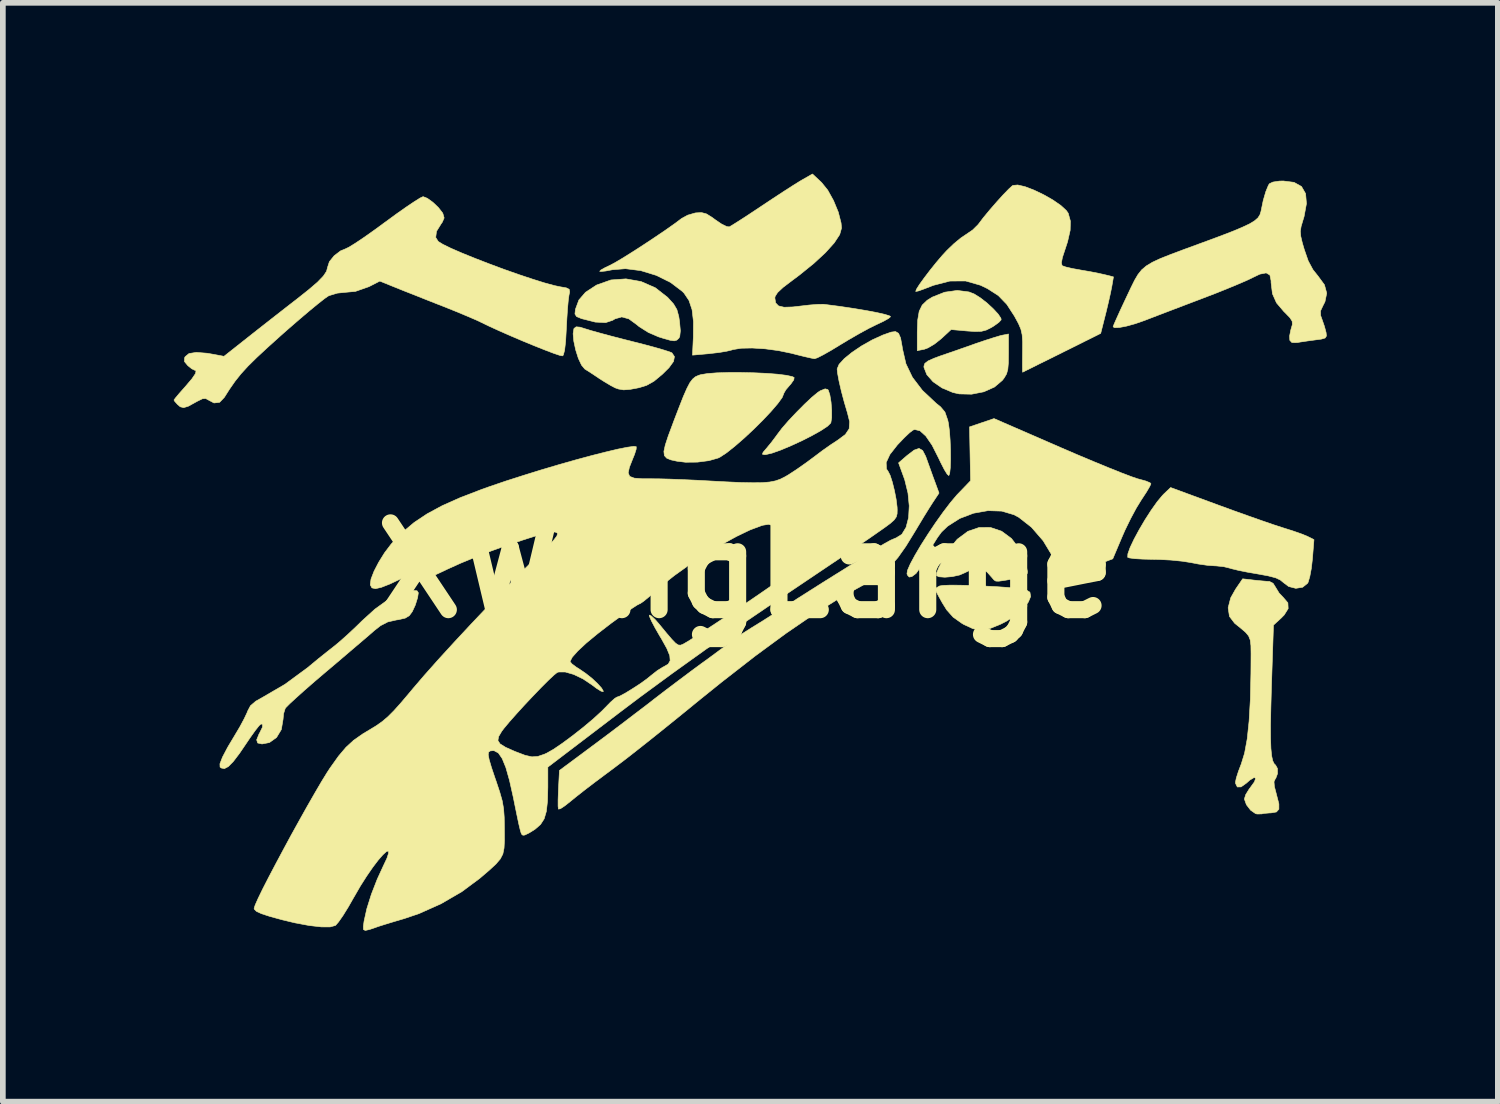
<source format=kicad_pcb>
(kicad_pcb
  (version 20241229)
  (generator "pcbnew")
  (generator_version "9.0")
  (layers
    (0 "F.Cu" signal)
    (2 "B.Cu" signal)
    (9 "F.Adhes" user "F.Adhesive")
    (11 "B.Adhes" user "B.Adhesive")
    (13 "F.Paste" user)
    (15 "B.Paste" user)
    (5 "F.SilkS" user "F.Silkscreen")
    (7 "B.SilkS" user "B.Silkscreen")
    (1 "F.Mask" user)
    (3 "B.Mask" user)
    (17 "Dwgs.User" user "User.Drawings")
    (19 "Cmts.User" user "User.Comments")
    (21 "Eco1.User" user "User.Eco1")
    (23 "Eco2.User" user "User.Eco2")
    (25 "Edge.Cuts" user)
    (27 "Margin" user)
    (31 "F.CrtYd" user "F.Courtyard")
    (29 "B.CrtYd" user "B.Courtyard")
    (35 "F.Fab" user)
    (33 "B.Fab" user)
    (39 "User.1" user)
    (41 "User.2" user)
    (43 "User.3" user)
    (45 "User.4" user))
  (footprint "XWingLarge"
    (layer "F.Cu")
    (at 10.048 6.966)
    (property "Reference" "XWingLarge" (at 0 0 0) (layer "F.SilkS") (effects (font (size 1.524 1.524) (thickness 0.3))))
    (attr through_hole)
    (fp_poly (pts (xy 3.919 -4.889) (xy 4.01 -4.853) (xy 4.117 -4.786) (xy 4.234 -4.695) (xy 4.343 -4.594) (xy 4.43 -4.5) (xy 4.478 -4.427) (xy 4.482 -4.4) (xy 4.442 -4.356) (xy 4.358 -4.295) (xy 4.315 -4.268) (xy 4.222 -4.221) (xy 4.135 -4.198) (xy 4.023 -4.195) (xy 3.882 -4.204) (xy 3.603 -4.229) (xy 3.429 -4.068) (xy 3.313 -3.976) (xy 3.197 -3.907) (xy 3.132 -3.883) (xy 3.009 -3.859) (xy 3.009 -4.186) (xy 3.017 -4.398) (xy 3.043 -4.55) (xy 3.096 -4.659) (xy 3.183 -4.743) (xy 3.274 -4.799) (xy 3.49 -4.885) (xy 3.712 -4.916) (xy 3.919 -4.889)) (stroke (width 0.01) (type solid)) (fill yes) (layer "F.SilkS"))
    (fp_poly (pts (xy 4.611 -3.812) (xy 4.609 -3.644) (xy 4.599 -3.53) (xy 4.577 -3.45) (xy 4.536 -3.381) (xy 4.504 -3.338) (xy 4.365 -3.22) (xy 4.177 -3.136) (xy 3.963 -3.094) (xy 3.746 -3.099) (xy 3.634 -3.124) (xy 3.444 -3.204) (xy 3.287 -3.312) (xy 3.177 -3.437) (xy 3.127 -3.564) (xy 3.126 -3.587) (xy 3.142 -3.634) (xy 3.199 -3.678) (xy 3.309 -3.727) (xy 3.409 -3.764) (xy 3.584 -3.824) (xy 3.793 -3.897) (xy 3.998 -3.969) (xy 4.044 -3.986) (xy 4.211 -4.042) (xy 4.361 -4.09) (xy 4.472 -4.123) (xy 4.504 -4.13) (xy 4.611 -4.151) (xy 4.611 -3.812)) (stroke (width 0.01) (type solid)) (fill yes) (layer "F.SilkS"))
    (fp_poly (pts (xy 3.753 0.26) (xy 3.954 0.265) (xy 4.17 0.274) (xy 4.387 0.285) (xy 4.588 0.299) (xy 4.758 0.315) (xy 4.881 0.331) (xy 4.914 0.338) (xy 4.987 0.383) (xy 5 0.459) (xy 4.959 0.557) (xy 4.871 0.667) (xy 4.744 0.78) (xy 4.584 0.887) (xy 4.474 0.944) (xy 4.285 1.021) (xy 4.131 1.048) (xy 3.987 1.024) (xy 3.827 0.95) (xy 3.79 0.928) (xy 3.639 0.821) (xy 3.526 0.694) (xy 3.45 0.572) (xy 3.385 0.455) (xy 3.339 0.368) (xy 3.322 0.329) (xy 3.351 0.302) (xy 3.4 0.274) (xy 3.46 0.264) (xy 3.583 0.259) (xy 3.753 0.26)) (stroke (width 0.01) (type solid)) (fill yes) (layer "F.SilkS"))
    (fp_poly (pts (xy 1.437 -3.176) (xy 1.447 -3.164) (xy 1.474 -3.082) (xy 1.495 -2.955) (xy 1.506 -2.812) (xy 1.506 -2.682) (xy 1.492 -2.594) (xy 1.488 -2.586) (xy 1.431 -2.53) (xy 1.317 -2.455) (xy 1.162 -2.368) (xy 0.983 -2.277) (xy 0.796 -2.191) (xy 0.618 -2.116) (xy 0.464 -2.061) (xy 0.352 -2.034) (xy 0.328 -2.032) (xy 0.29 -2.04) (xy 0.302 -2.074) (xy 0.358 -2.139) (xy 0.447 -2.247) (xy 0.538 -2.368) (xy 0.549 -2.384) (xy 0.633 -2.495) (xy 0.752 -2.632) (xy 0.89 -2.778) (xy 1.031 -2.92) (xy 1.16 -3.041) (xy 1.263 -3.126) (xy 1.304 -3.153) (xy 1.391 -3.188) (xy 1.437 -3.176)) (stroke (width 0.01) (type solid)) (fill yes) (layer "F.SilkS"))
    (fp_poly (pts (xy -1.841 -5.072) (xy -1.591 -4.963) (xy -1.373 -4.793) (xy -1.37 -4.789) (xy -1.27 -4.678) (xy -1.212 -4.58) (xy -1.179 -4.459) (xy -1.166 -4.373) (xy -1.151 -4.207) (xy -1.162 -4.106) (xy -1.177 -4.078) (xy -1.213 -4.044) (xy -1.258 -4.031) (xy -1.331 -4.041) (xy -1.451 -4.075) (xy -1.534 -4.101) (xy -1.711 -4.177) (xy -1.873 -4.279) (xy -1.915 -4.314) (xy -2.056 -4.417) (xy -2.18 -4.451) (xy -2.299 -4.417) (xy -2.339 -4.392) (xy -2.463 -4.351) (xy -2.645 -4.36) (xy -2.882 -4.42) (xy -2.886 -4.421) (xy -2.973 -4.457) (xy -3.002 -4.503) (xy -2.993 -4.586) (xy -2.933 -4.748) (xy -2.816 -4.884) (xy -2.631 -5.005) (xy -2.619 -5.012) (xy -2.37 -5.1) (xy -2.106 -5.119) (xy -1.841 -5.072)) (stroke (width 0.01) (type solid)) (fill yes) (layer "F.SilkS"))
    (fp_poly (pts (xy -2.912 -4.271) (xy -2.817 -4.241) (xy -2.723 -4.212) (xy -2.569 -4.169) (xy -2.374 -4.116) (xy -2.153 -4.059) (xy -1.999 -4.02) (xy -1.782 -3.965) (xy -1.589 -3.913) (xy -1.435 -3.868) (xy -1.334 -3.835) (xy -1.299 -3.82) (xy -1.255 -3.754) (xy -1.271 -3.669) (xy -1.351 -3.559) (xy -1.465 -3.446) (xy -1.613 -3.323) (xy -1.744 -3.249) (xy -1.877 -3.208) (xy -2.036 -3.178) (xy -2.148 -3.17) (xy -2.238 -3.185) (xy -2.294 -3.205) (xy -2.373 -3.246) (xy -2.487 -3.314) (xy -2.572 -3.368) (xy -2.688 -3.446) (xy -2.786 -3.509) (xy -2.829 -3.536) (xy -2.886 -3.604) (xy -2.942 -3.723) (xy -2.989 -3.871) (xy -3.022 -4.024) (xy -3.034 -4.156) (xy -3.02 -4.245) (xy -3.016 -4.25) (xy -2.98 -4.277) (xy -2.912 -4.271)) (stroke (width 0.01) (type solid)) (fill yes) (layer "F.SilkS"))
    (fp_poly (pts (xy 4.297 -0.753) (xy 4.49 -0.688) (xy 4.663 -0.56) (xy 4.807 -0.373) (xy 4.883 -0.211) (xy 4.922 -0.087) (xy 4.941 0.013) (xy 4.94 0.054) (xy 4.89 0.092) (xy 4.78 0.13) (xy 4.673 0.153) (xy 4.527 0.178) (xy 4.439 0.19) (xy 4.389 0.188) (xy 4.359 0.17) (xy 4.33 0.137) (xy 4.329 0.135) (xy 4.24 0.035) (xy 4.175 -0.018) (xy 4.112 -0.037) (xy 4.071 -0.039) (xy 3.966 -0.017) (xy 3.854 0.036) (xy 3.849 0.039) (xy 3.752 0.081) (xy 3.624 0.109) (xy 3.494 0.12) (xy 3.39 0.112) (xy 3.348 0.092) (xy 3.35 0.044) (xy 3.388 -0.05) (xy 3.451 -0.172) (xy 3.531 -0.305) (xy 3.616 -0.43) (xy 3.697 -0.53) (xy 3.713 -0.548) (xy 3.898 -0.686) (xy 4.097 -0.754) (xy 4.297 -0.753)) (stroke (width 0.01) (type solid)) (fill yes) (layer "F.SilkS"))
    (fp_poly (pts (xy 0.141 -3.47) (xy 0.361 -3.46) (xy 0.557 -3.445) (xy 0.714 -3.425) (xy 0.817 -3.402) (xy 0.847 -3.387) (xy 0.84 -3.345) (xy 0.789 -3.273) (xy 0.769 -3.251) (xy 0.701 -3.171) (xy 0.666 -3.11) (xy 0.664 -3.102) (xy 0.636 -3.034) (xy 0.558 -2.927) (xy 0.442 -2.792) (xy 0.298 -2.639) (xy 0.138 -2.48) (xy -0.028 -2.325) (xy -0.189 -2.185) (xy -0.333 -2.07) (xy -0.45 -1.992) (xy -0.488 -1.973) (xy -0.65 -1.927) (xy -0.852 -1.901) (xy -1.06 -1.899) (xy -1.209 -1.917) (xy -1.318 -1.941) (xy -1.391 -1.971) (xy -1.432 -2.016) (xy -1.44 -2.089) (xy -1.416 -2.2) (xy -1.363 -2.362) (xy -1.28 -2.584) (xy -1.275 -2.599) (xy -1.175 -2.859) (xy -1.098 -3.055) (xy -1.035 -3.198) (xy -0.983 -3.297) (xy -0.934 -3.361) (xy -0.885 -3.401) (xy -0.828 -3.426) (xy -0.791 -3.437) (xy -0.677 -3.456) (xy -0.512 -3.469) (xy -0.31 -3.475) (xy -0.088 -3.475) (xy 0.141 -3.47)) (stroke (width 0.01) (type solid)) (fill yes) (layer "F.SilkS"))
    (fp_poly (pts (xy 8.311 -1.141) (xy 8.574 -1.045) (xy 8.832 -0.953) (xy 9.068 -0.87) (xy 9.268 -0.801) (xy 9.416 -0.753) (xy 9.457 -0.74) (xy 9.614 -0.69) (xy 9.757 -0.64) (xy 9.856 -0.6) (xy 9.862 -0.597) (xy 9.975 -0.54) (xy 9.948 -0.202) (xy 9.929 -0.036) (xy 9.902 0.108) (xy 9.873 0.207) (xy 9.864 0.225) (xy 9.776 0.296) (xy 9.656 0.315) (xy 9.531 0.283) (xy 9.443 0.217) (xy 9.383 0.168) (xy 9.298 0.129) (xy 9.171 0.096) (xy 8.984 0.062) (xy 8.98 0.061) (xy 8.805 0.031) (xy 8.649 -0.000389) (xy 8.535 -0.028) (xy 8.501 -0.038) (xy 8.392 -0.065) (xy 8.259 -0.079) (xy 8.233 -0.08) (xy 8.105 -0.089) (xy 7.942 -0.112) (xy 7.815 -0.137) (xy 7.663 -0.161) (xy 7.465 -0.181) (xy 7.252 -0.192) (xy 7.144 -0.194) (xy 6.971 -0.198) (xy 6.828 -0.206) (xy 6.734 -0.219) (xy 6.704 -0.23) (xy 6.707 -0.29) (xy 6.746 -0.4) (xy 6.815 -0.546) (xy 6.905 -0.713) (xy 7.008 -0.888) (xy 7.116 -1.056) (xy 7.221 -1.204) (xy 7.315 -1.317) (xy 7.34 -1.343) (xy 7.458 -1.455) (xy 8.311 -1.141)) (stroke (width 0.01) (type solid)) (fill yes) (layer "F.SilkS"))
    (fp_poly (pts (xy 5.534 -2.154) (xy 5.827 -2.028) (xy 6.106 -1.911) (xy 6.361 -1.806) (xy 6.58 -1.718) (xy 6.755 -1.651) (xy 6.874 -1.61) (xy 6.912 -1.6) (xy 7.024 -1.569) (xy 7.097 -1.538) (xy 7.112 -1.521) (xy 7.091 -1.474) (xy 7.037 -1.381) (xy 6.959 -1.262) (xy 6.945 -1.241) (xy 6.856 -1.096) (xy 6.755 -0.908) (xy 6.657 -0.707) (xy 6.61 -0.6) (xy 6.442 -0.203) (xy 6.025 -0.047) (xy 5.857 0.014) (xy 5.715 0.06) (xy 5.616 0.087) (xy 5.577 0.091) (xy 5.547 0.05) (xy 5.492 -0.045) (xy 5.423 -0.175) (xy 5.394 -0.232) (xy 5.22 -0.52) (xy 5.015 -0.757) (xy 4.792 -0.932) (xy 4.708 -0.977) (xy 4.493 -1.041) (xy 4.25 -1.049) (xy 3.997 -1.004) (xy 3.755 -0.912) (xy 3.543 -0.777) (xy 3.435 -0.674) (xy 3.363 -0.576) (xy 3.275 -0.435) (xy 3.186 -0.276) (xy 3.167 -0.237) (xy 3.069 -0.059) (xy 2.988 0.053) (xy 2.915 0.108) (xy 2.868 0.117) (xy 2.84 0.087) (xy 2.828 0.06) (xy 2.838 -0.002) (xy 2.887 -0.114) (xy 2.969 -0.266) (xy 3.074 -0.444) (xy 3.197 -0.637) (xy 3.329 -0.834) (xy 3.463 -1.022) (xy 3.591 -1.19) (xy 3.706 -1.326) (xy 3.737 -1.358) (xy 3.945 -1.574) (xy 3.936 -2.047) (xy 3.927 -2.52) (xy 4.142 -2.593) (xy 4.357 -2.666) (xy 5.534 -2.154)) (stroke (width 0.01) (type solid)) (fill yes) (layer "F.SilkS"))
    (fp_poly (pts (xy -5.775 0.358) (xy -5.752 0.393) (xy -5.765 0.479) (xy -5.805 0.608) (xy -5.858 0.723) (xy -5.911 0.795) (xy -5.982 0.838) (xy -6.099 0.865) (xy -6.136 0.87) (xy -6.289 0.905) (xy -6.415 0.97) (xy -6.525 1.056) (xy -6.607 1.128) (xy -6.738 1.24) (xy -6.905 1.382) (xy -7.097 1.546) (xy -7.302 1.72) (xy -7.377 1.783) (xy -7.574 1.951) (xy -7.752 2.106) (xy -7.901 2.24) (xy -8.013 2.343) (xy -8.078 2.409) (xy -8.09 2.425) (xy -8.118 2.515) (xy -8.128 2.618) (xy -8.158 2.795) (xy -8.242 2.934) (xy -8.367 3.023) (xy -8.497 3.048) (xy -8.573 3.031) (xy -8.591 2.976) (xy -8.55 2.874) (xy -8.538 2.853) (xy -8.489 2.753) (xy -8.488 2.705) (xy -8.514 2.696) (xy -8.549 2.727) (xy -8.614 2.809) (xy -8.699 2.928) (xy -8.749 3.002) (xy -8.891 3.211) (xy -9.002 3.357) (xy -9.089 3.445) (xy -9.158 3.481) (xy -9.213 3.47) (xy -9.234 3.453) (xy -9.236 3.396) (xy -9.191 3.279) (xy -9.099 3.104) (xy -8.974 2.895) (xy -8.885 2.745) (xy -8.809 2.603) (xy -8.758 2.495) (xy -8.751 2.474) (xy -8.7 2.377) (xy -8.607 2.297) (xy -8.514 2.245) (xy -8.095 2.001) (xy -7.692 1.705) (xy -7.646 1.666) (xy -7.502 1.547) (xy -7.353 1.428) (xy -7.232 1.333) (xy -7.229 1.331) (xy -7.127 1.246) (xy -6.99 1.124) (xy -6.84 0.983) (xy -6.741 0.886) (xy -6.515 0.681) (xy -6.292 0.52) (xy -6.085 0.41) (xy -5.904 0.356) (xy -5.849 0.352) (xy -5.775 0.358)) (stroke (width 0.01) (type solid)) (fill yes) (layer "F.SilkS"))
    (fp_poly (pts (xy 8.924 0.171) (xy 9.054 0.184) (xy 9.159 0.193) (xy 9.194 0.194) (xy 9.258 0.228) (xy 9.302 0.298) (xy 9.363 0.398) (xy 9.438 0.477) (xy 9.517 0.57) (xy 9.522 0.671) (xy 9.452 0.783) (xy 9.399 0.837) (xy 9.264 0.961) (xy 9.228 2.05) (xy 9.218 2.418) (xy 9.212 2.716) (xy 9.213 2.949) (xy 9.219 3.127) (xy 9.232 3.257) (xy 9.251 3.344) (xy 9.278 3.398) (xy 9.302 3.42) (xy 9.334 3.479) (xy 9.335 3.569) (xy 9.305 3.65) (xy 9.294 3.664) (xy 9.273 3.711) (xy 9.28 3.795) (xy 9.316 3.933) (xy 9.32 3.949) (xy 9.359 4.1) (xy 9.359 4.193) (xy 9.316 4.242) (xy 9.224 4.258) (xy 9.196 4.259) (xy 9.102 4.267) (xy 9.059 4.276) (xy 8.977 4.278) (xy 8.949 4.271) (xy 8.863 4.211) (xy 8.789 4.115) (xy 8.754 4.018) (xy 8.754 4.011) (xy 8.778 3.935) (xy 8.837 3.84) (xy 8.851 3.822) (xy 8.929 3.714) (xy 8.952 3.65) (xy 8.924 3.637) (xy 8.849 3.682) (xy 8.788 3.736) (xy 8.695 3.802) (xy 8.629 3.803) (xy 8.598 3.74) (xy 8.597 3.717) (xy 8.611 3.647) (xy 8.648 3.531) (xy 8.699 3.397) (xy 8.757 3.209) (xy 8.803 2.959) (xy 8.836 2.646) (xy 8.858 2.263) (xy 8.868 1.809) (xy 8.869 1.668) (xy 8.87 1.464) (xy 8.868 1.322) (xy 8.856 1.223) (xy 8.827 1.15) (xy 8.774 1.087) (xy 8.691 1.016) (xy 8.582 0.928) (xy 8.491 0.808) (xy 8.468 0.657) (xy 8.513 0.482) (xy 8.599 0.329) (xy 8.723 0.148) (xy 8.924 0.171)) (stroke (width 0.01) (type solid)) (fill yes) (layer "F.SilkS"))
    (fp_poly (pts (xy 4.902 -6.738) (xy 5.059 -6.678) (xy 5.228 -6.597) (xy 5.39 -6.505) (xy 5.529 -6.409) (xy 5.627 -6.319) (xy 5.66 -6.271) (xy 5.698 -6.134) (xy 5.694 -5.972) (xy 5.648 -5.77) (xy 5.608 -5.648) (xy 5.558 -5.496) (xy 5.54 -5.402) (xy 5.551 -5.354) (xy 5.559 -5.348) (xy 5.619 -5.327) (xy 5.732 -5.301) (xy 5.875 -5.275) (xy 5.88 -5.274) (xy 6.044 -5.246) (xy 6.2 -5.215) (xy 6.304 -5.192) (xy 6.454 -5.154) (xy 6.426 -4.99) (xy 6.403 -4.874) (xy 6.367 -4.713) (xy 6.325 -4.537) (xy 6.314 -4.494) (xy 6.23 -4.162) (xy 5.548 -3.822) (xy 5.337 -3.717) (xy 5.152 -3.626) (xy 5.004 -3.552) (xy 4.903 -3.502) (xy 4.86 -3.48) (xy 4.859 -3.48) (xy 4.857 -3.515) (xy 4.856 -3.612) (xy 4.857 -3.752) (xy 4.858 -3.84) (xy 4.859 -4.014) (xy 4.851 -4.136) (xy 4.829 -4.234) (xy 4.787 -4.333) (xy 4.718 -4.46) (xy 4.716 -4.464) (xy 4.581 -4.672) (xy 4.432 -4.826) (xy 4.242 -4.948) (xy 4.12 -5.007) (xy 3.859 -5.082) (xy 3.583 -5.081) (xy 3.29 -5.005) (xy 3.247 -4.988) (xy 3.12 -4.939) (xy 3.026 -4.906) (xy 2.982 -4.898) (xy 2.982 -4.899) (xy 2.995 -4.937) (xy 3.048 -5.021) (xy 3.131 -5.136) (xy 3.233 -5.27) (xy 3.343 -5.407) (xy 3.452 -5.535) (xy 3.531 -5.62) (xy 3.652 -5.736) (xy 3.774 -5.837) (xy 3.869 -5.901) (xy 3.982 -5.978) (xy 4.077 -6.072) (xy 4.084 -6.081) (xy 4.172 -6.197) (xy 4.284 -6.332) (xy 4.404 -6.47) (xy 4.519 -6.597) (xy 4.616 -6.697) (xy 4.68 -6.755) (xy 4.689 -6.76) (xy 4.773 -6.768) (xy 4.902 -6.738)) (stroke (width 0.01) (type solid)) (fill yes) (layer "F.SilkS"))
    (fp_poly (pts (xy 3.103 -2.106) (xy 3.157 -2.002) (xy 3.171 -1.963) (xy 3.225 -1.813) (xy 3.286 -1.643) (xy 3.314 -1.568) (xy 3.391 -1.358) (xy 3.284 -1.197) (xy 3.217 -1.092) (xy 3.125 -0.944) (xy 3.024 -0.776) (xy 2.969 -0.684) (xy 2.81 -0.425) (xy 2.668 -0.224) (xy 2.53 -0.067) (xy 2.383 0.061) (xy 2.213 0.173) (xy 2.062 0.256) (xy 1.648 0.485) (xy 1.195 0.769) (xy 0.699 1.109) (xy 0.159 1.506) (xy -0.427 1.962) (xy -0.781 2.247) (xy -1.128 2.53) (xy -1.424 2.769) (xy -1.677 2.972) (xy -1.897 3.146) (xy -2.091 3.298) (xy -2.27 3.434) (xy -2.441 3.562) (xy -2.483 3.593) (xy -2.658 3.724) (xy -2.832 3.857) (xy -2.982 3.975) (xy -3.08 4.055) (xy -3.181 4.135) (xy -3.257 4.185) (xy -3.292 4.192) (xy -3.298 4.141) (xy -3.298 4.033) (xy -3.293 3.888) (xy -3.291 3.837) (xy -3.274 3.513) (xy -2.682 3.073) (xy -2.45 2.9) (xy -2.197 2.709) (xy -1.947 2.518) (xy -1.722 2.347) (xy -1.616 2.264) (xy -1.409 2.105) (xy -1.185 1.936) (xy -0.969 1.774) (xy -0.785 1.638) (xy -0.762 1.622) (xy -0.6 1.504) (xy -0.449 1.392) (xy -0.327 1.301) (xy -0.26 1.249) (xy -0.163 1.178) (xy -0.028 1.088) (xy 0.113 0.999) (xy 0.256 0.911) (xy 0.436 0.797) (xy 0.625 0.676) (xy 0.728 0.61) (xy 0.908 0.493) (xy 1.127 0.354) (xy 1.356 0.209) (xy 1.566 0.078) (xy 1.763 -0.045) (xy 1.961 -0.17) (xy 2.138 -0.283) (xy 2.273 -0.371) (xy 2.285 -0.379) (xy 2.42 -0.463) (xy 2.543 -0.531) (xy 2.63 -0.568) (xy 2.635 -0.569) (xy 2.738 -0.633) (xy 2.813 -0.757) (xy 2.857 -0.928) (xy 2.868 -1.133) (xy 2.846 -1.358) (xy 2.789 -1.591) (xy 2.771 -1.641) (xy 2.681 -1.888) (xy 2.832 -2.019) (xy 2.954 -2.112) (xy 3.04 -2.142) (xy 3.103 -2.106)) (stroke (width 0.01) (type solid)) (fill yes) (layer "F.SilkS"))
    (fp_poly (pts (xy 9.625 -6.814) (xy 9.756 -6.741) (xy 9.828 -6.616) (xy 9.843 -6.441) (xy 9.801 -6.212) (xy 9.781 -6.147) (xy 9.749 -6.039) (xy 9.736 -5.955) (xy 9.743 -5.868) (xy 9.77 -5.753) (xy 9.804 -5.637) (xy 9.874 -5.435) (xy 9.956 -5.282) (xy 10.045 -5.17) (xy 10.159 -5.015) (xy 10.199 -4.868) (xy 10.168 -4.717) (xy 10.132 -4.646) (xy 10.09 -4.556) (xy 10.092 -4.476) (xy 10.117 -4.406) (xy 10.159 -4.285) (xy 10.188 -4.176) (xy 10.194 -4.116) (xy 10.171 -4.081) (xy 10.104 -4.061) (xy 9.998 -4.047) (xy 9.856 -4.028) (xy 9.729 -4.009) (xy 9.681 -4) (xy 9.588 -4.001) (xy 9.551 -4.04) (xy 9.547 -4.115) (xy 9.568 -4.221) (xy 9.573 -4.239) (xy 9.596 -4.318) (xy 9.592 -4.376) (xy 9.553 -4.437) (xy 9.468 -4.525) (xy 9.447 -4.545) (xy 9.317 -4.698) (xy 9.246 -4.858) (xy 9.222 -5.055) (xy 9.222 -5.086) (xy 9.201 -5.186) (xy 9.136 -5.224) (xy 9.024 -5.202) (xy 8.913 -5.149) (xy 8.821 -5.104) (xy 8.67 -5.038) (xy 8.475 -4.957) (xy 8.251 -4.867) (xy 8.012 -4.775) (xy 7.991 -4.767) (xy 7.746 -4.674) (xy 7.507 -4.583) (xy 7.292 -4.501) (xy 7.117 -4.434) (xy 6.998 -4.388) (xy 6.995 -4.387) (xy 6.834 -4.331) (xy 6.682 -4.289) (xy 6.556 -4.265) (xy 6.473 -4.262) (xy 6.448 -4.278) (xy 6.464 -4.321) (xy 6.508 -4.421) (xy 6.573 -4.565) (xy 6.655 -4.74) (xy 6.688 -4.81) (xy 6.763 -4.969) (xy 6.826 -5.096) (xy 6.885 -5.196) (xy 6.95 -5.278) (xy 7.032 -5.347) (xy 7.138 -5.411) (xy 7.28 -5.477) (xy 7.467 -5.551) (xy 7.707 -5.641) (xy 7.991 -5.745) (xy 8.294 -5.857) (xy 8.532 -5.948) (xy 8.712 -6.023) (xy 8.844 -6.085) (xy 8.934 -6.14) (xy 8.992 -6.191) (xy 9.026 -6.244) (xy 9.044 -6.302) (xy 9.048 -6.32) (xy 9.084 -6.495) (xy 9.129 -6.65) (xy 9.175 -6.762) (xy 9.193 -6.79) (xy 9.254 -6.819) (xy 9.367 -6.836) (xy 9.436 -6.838) (xy 9.625 -6.814)) (stroke (width 0.01) (type solid)) (fill yes) (layer "F.SilkS"))
    (fp_poly (pts (xy 1.328 -6.812) (xy 1.437 -6.677) (xy 1.539 -6.493) (xy 1.622 -6.292) (xy 1.671 -6.101) (xy 1.679 -6.011) (xy 1.647 -5.897) (xy 1.551 -5.751) (xy 1.398 -5.581) (xy 1.193 -5.391) (xy 0.942 -5.188) (xy 0.811 -5.09) (xy 0.653 -4.97) (xy 0.556 -4.879) (xy 0.513 -4.811) (xy 0.508 -4.785) (xy 0.522 -4.697) (xy 0.573 -4.644) (xy 0.67 -4.621) (xy 0.825 -4.626) (xy 0.953 -4.641) (xy 1.116 -4.66) (xy 1.259 -4.671) (xy 1.356 -4.673) (xy 1.371 -4.672) (xy 1.642 -4.637) (xy 1.897 -4.599) (xy 2.123 -4.561) (xy 2.311 -4.525) (xy 2.449 -4.493) (xy 2.527 -4.467) (xy 2.54 -4.455) (xy 2.507 -4.426) (xy 2.421 -4.377) (xy 2.299 -4.319) (xy 2.296 -4.318) (xy 2.16 -4.251) (xy 1.984 -4.155) (xy 1.794 -4.045) (xy 1.655 -3.961) (xy 1.496 -3.864) (xy 1.358 -3.786) (xy 1.256 -3.734) (xy 1.205 -3.717) (xy 1.146 -3.728) (xy 1.031 -3.754) (xy 0.881 -3.791) (xy 0.801 -3.812) (xy 0.574 -3.859) (xy 0.337 -3.891) (xy 0.111 -3.905) (xy -0.085 -3.901) (xy -0.23 -3.877) (xy -0.249 -3.87) (xy -0.336 -3.849) (xy -0.472 -3.826) (xy -0.63 -3.808) (xy -0.643 -3.806) (xy -0.938 -3.78) (xy -0.923 -4.098) (xy -0.921 -4.368) (xy -0.945 -4.577) (xy -0.999 -4.739) (xy -1.085 -4.867) (xy -1.116 -4.899) (xy -1.324 -5.057) (xy -1.575 -5.181) (xy -1.846 -5.264) (xy -2.115 -5.298) (xy -2.346 -5.279) (xy -2.463 -5.257) (xy -2.545 -5.249) (xy -2.568 -5.252) (xy -2.546 -5.275) (xy -2.47 -5.318) (xy -2.397 -5.352) (xy -2.304 -5.401) (xy -2.162 -5.485) (xy -1.986 -5.595) (xy -1.791 -5.721) (xy -1.592 -5.853) (xy -1.403 -5.981) (xy -1.24 -6.096) (xy -1.13 -6.179) (xy -1.022 -6.238) (xy -0.891 -6.276) (xy -0.876 -6.278) (xy -0.779 -6.283) (xy -0.695 -6.261) (xy -0.597 -6.201) (xy -0.535 -6.155) (xy -0.427 -6.082) (xy -0.337 -6.038) (xy -0.292 -6.032) (xy -0.242 -6.061) (xy -0.14 -6.125) (xy 0.003 -6.217) (xy 0.172 -6.329) (xy 0.282 -6.402) (xy 0.476 -6.531) (xy 0.662 -6.653) (xy 0.824 -6.757) (xy 0.946 -6.833) (xy 0.985 -6.856) (xy 1.169 -6.961) (xy 1.328 -6.812)) (stroke (width 0.01) (type solid)) (fill yes) (layer "F.SilkS"))
    (fp_poly (pts (xy -5.594 -6.534) (xy -5.497 -6.464) (xy -5.401 -6.373) (xy -5.329 -6.281) (xy -5.321 -6.266) (xy -5.299 -6.189) (xy -5.332 -6.113) (xy -5.349 -6.09) (xy -5.433 -5.954) (xy -5.447 -5.847) (xy -5.403 -5.776) (xy -5.322 -5.726) (xy -5.179 -5.656) (xy -4.988 -5.573) (xy -4.761 -5.481) (xy -4.51 -5.384) (xy -4.25 -5.287) (xy -3.992 -5.196) (xy -3.749 -5.115) (xy -3.535 -5.048) (xy -3.362 -5.001) (xy -3.262 -4.98) (xy -3.153 -4.961) (xy -3.103 -4.936) (xy -3.095 -4.889) (xy -3.107 -4.831) (xy -3.119 -4.743) (xy -3.132 -4.599) (xy -3.144 -4.418) (xy -3.153 -4.247) (xy -3.166 -4.018) (xy -3.184 -3.864) (xy -3.206 -3.782) (xy -3.22 -3.767) (xy -3.269 -3.776) (xy -3.376 -3.812) (xy -3.528 -3.87) (xy -3.712 -3.943) (xy -3.916 -4.027) (xy -4.125 -4.116) (xy -4.327 -4.205) (xy -4.509 -4.288) (xy -4.645 -4.354) (xy -4.746 -4.401) (xy -4.902 -4.468) (xy -5.094 -4.548) (xy -5.305 -4.633) (xy -5.393 -4.667) (xy -5.611 -4.753) (xy -5.824 -4.838) (xy -6.013 -4.912) (xy -6.156 -4.97) (xy -6.194 -4.985) (xy -6.428 -5.08) (xy -6.62 -4.982) (xy -6.857 -4.899) (xy -7.012 -4.885) (xy -7.173 -4.869) (xy -7.313 -4.827) (xy -7.337 -4.816) (xy -7.401 -4.771) (xy -7.514 -4.682) (xy -7.665 -4.558) (xy -7.844 -4.406) (xy -8.041 -4.235) (xy -8.157 -4.133) (xy -8.399 -3.915) (xy -8.592 -3.736) (xy -8.745 -3.585) (xy -8.869 -3.449) (xy -8.973 -3.318) (xy -9.069 -3.18) (xy -9.159 -3.038) (xy -9.242 -2.951) (xy -9.34 -2.94) (xy -9.433 -2.989) (xy -9.486 -3.018) (xy -9.543 -3.014) (xy -9.631 -2.971) (xy -9.671 -2.949) (xy -9.793 -2.882) (xy -9.873 -2.858) (xy -9.933 -2.873) (xy -9.981 -2.914) (xy -10.03 -2.969) (xy -10.043 -2.992) (xy -10.018 -3.026) (xy -9.954 -3.103) (xy -9.863 -3.206) (xy -9.847 -3.224) (xy -9.727 -3.365) (xy -9.664 -3.458) (xy -9.656 -3.507) (xy -9.684 -3.517) (xy -9.732 -3.541) (xy -9.801 -3.597) (xy -9.859 -3.667) (xy -9.857 -3.732) (xy -9.846 -3.753) (xy -9.779 -3.808) (xy -9.651 -3.828) (xy -9.46 -3.813) (xy -9.34 -3.792) (xy -9.165 -3.759) (xy -8.663 -4.156) (xy -8.467 -4.31) (xy -8.269 -4.465) (xy -8.086 -4.608) (xy -7.938 -4.723) (xy -7.891 -4.759) (xy -7.677 -4.929) (xy -7.522 -5.062) (xy -7.42 -5.168) (xy -7.364 -5.252) (xy -7.346 -5.322) (xy -7.314 -5.421) (xy -7.23 -5.525) (xy -7.119 -5.61) (xy -7.03 -5.647) (xy -6.968 -5.677) (xy -6.855 -5.747) (xy -6.703 -5.849) (xy -6.525 -5.975) (xy -6.331 -6.117) (xy -6.329 -6.118) (xy -6.138 -6.258) (xy -5.966 -6.379) (xy -5.823 -6.475) (xy -5.721 -6.539) (xy -5.669 -6.563) (xy -5.668 -6.563) (xy -5.594 -6.534)) (stroke (width 0.01) (type solid)) (fill yes) (layer "F.SilkS"))
    (fp_poly (pts (xy 2.68 -4.163) (xy 2.716 -4.081) (xy 2.743 -3.934) (xy 2.75 -3.888) (xy 2.81 -3.628) (xy 2.924 -3.39) (xy 3.099 -3.161) (xy 3.343 -2.932) (xy 3.418 -2.872) (xy 3.495 -2.78) (xy 3.545 -2.636) (xy 3.556 -2.584) (xy 3.574 -2.451) (xy 3.586 -2.288) (xy 3.593 -2.113) (xy 3.594 -1.945) (xy 3.589 -1.801) (xy 3.578 -1.702) (xy 3.563 -1.665) (xy 3.534 -1.69) (xy 3.484 -1.771) (xy 3.42 -1.896) (xy 3.382 -1.976) (xy 3.269 -2.199) (xy 3.159 -2.359) (xy 3.056 -2.452) (xy 2.964 -2.474) (xy 2.933 -2.463) (xy 2.873 -2.417) (xy 2.781 -2.33) (xy 2.675 -2.219) (xy 2.662 -2.206) (xy 2.528 -2.035) (xy 2.463 -1.894) (xy 2.468 -1.782) (xy 2.498 -1.737) (xy 2.532 -1.671) (xy 2.571 -1.551) (xy 2.608 -1.402) (xy 2.638 -1.248) (xy 2.655 -1.111) (xy 2.657 -1.062) (xy 2.655 -0.994) (xy 2.641 -0.94) (xy 2.604 -0.887) (xy 2.534 -0.824) (xy 2.419 -0.74) (xy 2.276 -0.64) (xy 2.161 -0.56) (xy 1.99 -0.444) (xy 1.772 -0.296) (xy 1.516 -0.124) (xy 1.232 0.067) (xy 0.929 0.271) (xy 0.616 0.481) (xy 0.474 0.576) (xy -0.106 0.97) (xy -0.705 1.387) (xy -1.298 1.812) (xy -1.862 2.226) (xy -2.212 2.49) (xy -3.478 3.454) (xy -3.478 3.808) (xy -3.484 4.051) (xy -3.504 4.231) (xy -3.543 4.363) (xy -3.606 4.461) (xy -3.697 4.541) (xy -3.705 4.547) (xy -3.804 4.609) (xy -3.88 4.646) (xy -3.899 4.65) (xy -3.918 4.649) (xy -3.933 4.639) (xy -3.948 4.61) (xy -3.965 4.55) (xy -3.989 4.449) (xy -4.021 4.297) (xy -4.065 4.082) (xy -4.084 3.987) (xy -4.151 3.688) (xy -4.215 3.462) (xy -4.28 3.303) (xy -4.347 3.206) (xy -4.42 3.167) (xy -4.439 3.165) (xy -4.489 3.17) (xy -4.518 3.19) (xy -4.525 3.238) (xy -4.508 3.325) (xy -4.468 3.461) (xy -4.402 3.657) (xy -4.387 3.699) (xy -4.322 3.895) (xy -4.279 4.047) (xy -4.255 4.185) (xy -4.244 4.336) (xy -4.241 4.53) (xy -4.241 4.558) (xy -4.24 4.742) (xy -4.247 4.877) (xy -4.268 4.98) (xy -4.313 5.067) (xy -4.39 5.157) (xy -4.507 5.265) (xy -4.674 5.408) (xy -4.989 5.642) (xy -5.354 5.854) (xy -5.741 6.027) (xy -5.998 6.114) (xy -6.168 6.164) (xy -6.323 6.211) (xy -6.437 6.247) (xy -6.467 6.257) (xy -6.605 6.305) (xy -6.684 6.323) (xy -6.716 6.306) (xy -6.717 6.248) (xy -6.705 6.16) (xy -6.657 5.943) (xy -6.577 5.688) (xy -6.474 5.423) (xy -6.373 5.203) (xy -6.303 5.054) (xy -6.274 4.964) (xy -6.279 4.927) (xy -6.315 4.939) (xy -6.376 4.995) (xy -6.457 5.088) (xy -6.553 5.214) (xy -6.659 5.368) (xy -6.771 5.544) (xy -6.883 5.738) (xy -6.884 5.739) (xy -6.982 5.911) (xy -7.075 6.061) (xy -7.153 6.173) (xy -7.205 6.233) (xy -7.208 6.235) (xy -7.302 6.261) (xy -7.458 6.26) (xy -7.668 6.236) (xy -7.92 6.189) (xy -8.141 6.136) (xy -8.357 6.077) (xy -8.505 6.029) (xy -8.594 5.988) (xy -8.632 5.95) (xy -8.636 5.934) (xy -8.617 5.876) (xy -8.565 5.759) (xy -8.485 5.594) (xy -8.381 5.391) (xy -8.259 5.159) (xy -8.125 4.908) (xy -7.984 4.647) (xy -7.84 4.387) (xy -7.7 4.137) (xy -7.568 3.907) (xy -7.451 3.707) (xy -7.352 3.546) (xy -7.3 3.467) (xy -7.153 3.261) (xy -7.022 3.106) (xy -6.892 2.987) (xy -4.355 2.987) (xy -4.317 3.046) (xy -4.221 3.106) (xy -4.059 3.178) (xy -4.041 3.185) (xy -3.878 3.247) (xy -3.758 3.274) (xy -3.654 3.267) (xy -3.539 3.228) (xy -3.497 3.209) (xy -3.379 3.142) (xy -3.222 3.035) (xy -3.041 2.901) (xy -2.854 2.754) (xy -2.679 2.607) (xy -2.532 2.472) (xy -2.469 2.408) (xy -2.377 2.314) (xy -2.304 2.249) (xy -2.269 2.227) (xy -2.212 2.206) (xy -2.112 2.152) (xy -1.987 2.075) (xy -1.856 1.99) (xy -1.741 1.907) (xy -1.662 1.843) (xy -1.558 1.761) (xy -1.457 1.698) (xy -1.442 1.691) (xy -1.365 1.646) (xy -1.33 1.585) (xy -1.337 1.497) (xy -1.388 1.372) (xy -1.485 1.197) (xy -1.511 1.155) (xy -1.595 1.009) (xy -1.658 0.889) (xy -1.693 0.809) (xy -1.696 0.785) (xy -1.661 0.8) (xy -1.594 0.863) (xy -1.53 0.936) (xy -1.395 1.1) (xy -1.3 1.211) (xy -1.234 1.279) (xy -1.187 1.31) (xy -1.147 1.313) (xy -1.106 1.297) (xy -1.084 1.285) (xy -1.009 1.241) (xy -0.882 1.16) (xy -0.716 1.052) (xy -0.522 0.925) (xy -0.314 0.787) (xy -0.103 0.646) (xy 0.098 0.511) (xy 0.276 0.389) (xy 0.419 0.29) (xy 0.514 0.22) (xy 0.518 0.218) (xy 0.61 0.144) (xy 0.668 0.077) (xy 0.694 0.002) (xy 0.692 -0.101) (xy 0.664 -0.248) (xy 0.626 -0.407) (xy 0.575 -0.598) (xy 0.526 -0.722) (xy 0.47 -0.789) (xy 0.397 -0.809) (xy 0.298 -0.793) (xy 0.268 -0.784) (xy 0.071 -0.71) (xy -0.17 -0.594) (xy -0.438 -0.446) (xy -0.719 -0.276) (xy -0.997 -0.095) (xy -1.256 0.09) (xy -1.48 0.268) (xy -1.586 0.361) (xy -1.701 0.464) (xy -1.796 0.542) (xy -1.856 0.583) (xy -1.866 0.586) (xy -1.909 0.608) (xy -2.003 0.669) (xy -2.135 0.761) (xy -2.293 0.875) (xy -2.369 0.93) (xy -2.606 1.113) (xy -2.803 1.276) (xy -2.952 1.415) (xy -3.049 1.524) (xy -3.087 1.597) (xy -3.087 1.602) (xy -3.056 1.641) (xy -2.977 1.7) (xy -2.921 1.735) (xy -2.814 1.808) (xy -2.703 1.896) (xy -2.605 1.988) (xy -2.534 2.067) (xy -2.504 2.12) (xy -2.507 2.13) (xy -2.546 2.119) (xy -2.626 2.069) (xy -2.7 2.013) (xy -2.859 1.906) (xy -3.023 1.827) (xy -3.172 1.784) (xy -3.288 1.784) (xy -3.316 1.794) (xy -3.373 1.84) (xy -3.471 1.932) (xy -3.597 2.058) (xy -3.74 2.207) (xy -3.888 2.364) (xy -4.03 2.52) (xy -4.154 2.66) (xy -4.248 2.773) (xy -4.287 2.824) (xy -4.342 2.917) (xy -4.355 2.987) (xy -6.892 2.987) (xy -6.886 2.982) (xy -6.725 2.869) (xy -6.606 2.798) (xy -6.488 2.726) (xy -6.386 2.654) (xy -6.288 2.571) (xy -6.181 2.464) (xy -6.054 2.322) (xy -5.894 2.133) (xy -5.852 2.082) (xy -5.648 1.844) (xy -5.4 1.565) (xy -5.12 1.259) (xy -4.821 0.938) (xy -4.516 0.616) (xy -4.216 0.306) (xy -3.934 0.021) (xy -3.682 -0.225) (xy -3.642 -0.263) (xy -3.482 -0.418) (xy -3.377 -0.529) (xy -3.32 -0.603) (xy -3.307 -0.646) (xy -3.316 -0.658) (xy -3.349 -0.673) (xy -3.396 -0.676) (xy -3.468 -0.666) (xy -3.574 -0.64) (xy -3.724 -0.595) (xy -3.927 -0.53) (xy -4.193 -0.441) (xy -4.22 -0.432) (xy -4.474 -0.341) (xy -4.748 -0.235) (xy -5.013 -0.125) (xy -5.239 -0.023) (xy -5.288 0.001) (xy -5.492 0.096) (xy -5.654 0.163) (xy -5.77 0.2) (xy -5.834 0.205) (xy -5.841 0.178) (xy -5.785 0.118) (xy -5.758 0.096) (xy -5.68 0.025) (xy -5.667 -0.007) (xy -5.718 -0.002) (xy -5.83 0.04) (xy -6 0.118) (xy -6.039 0.138) (xy -6.25 0.238) (xy -6.403 0.298) (xy -6.505 0.321) (xy -6.567 0.307) (xy -6.594 0.258) (xy -6.596 0.248) (xy -6.583 0.152) (xy -6.53 0.015) (xy -6.447 -0.145) (xy -6.345 -0.309) (xy -6.232 -0.458) (xy -6.213 -0.48) (xy -6.028 -0.671) (xy -5.827 -0.84) (xy -5.598 -0.993) (xy -5.331 -1.137) (xy -5.012 -1.279) (xy -4.632 -1.425) (xy -4.494 -1.474) (xy -4.212 -1.57) (xy -3.912 -1.666) (xy -3.603 -1.762) (xy -3.293 -1.854) (xy -2.994 -1.939) (xy -2.713 -2.015) (xy -2.461 -2.079) (xy -2.246 -2.13) (xy -2.079 -2.163) (xy -1.968 -2.178) (xy -1.925 -2.172) (xy -1.927 -2.128) (xy -1.956 -2.036) (xy -1.988 -1.958) (xy -2.046 -1.811) (xy -2.067 -1.712) (xy -2.041 -1.651) (xy -1.961 -1.62) (xy -1.818 -1.609) (xy -1.661 -1.609) (xy -1.529 -1.608) (xy -1.339 -1.603) (xy -1.111 -1.594) (xy -0.863 -1.583) (xy -0.684 -1.573) (xy -0.349 -1.555) (xy -0.082 -1.543) (xy 0.128 -1.539) (xy 0.291 -1.541) (xy 0.418 -1.552) (xy 0.519 -1.572) (xy 0.605 -1.602) (xy 0.686 -1.643) (xy 0.743 -1.676) (xy 0.889 -1.771) (xy 1.057 -1.889) (xy 1.192 -1.989) (xy 1.339 -2.1) (xy 1.494 -2.209) (xy 1.613 -2.287) (xy 1.746 -2.386) (xy 1.813 -2.486) (xy 1.822 -2.61) (xy 1.784 -2.763) (xy 1.728 -2.952) (xy 1.676 -3.147) (xy 1.635 -3.325) (xy 1.609 -3.466) (xy 1.602 -3.537) (xy 1.636 -3.618) (xy 1.728 -3.719) (xy 1.865 -3.83) (xy 2.033 -3.943) (xy 2.217 -4.047) (xy 2.405 -4.133) (xy 2.55 -4.184) (xy 2.627 -4.194) (xy 2.68 -4.163)) (stroke (width 0.01) (type solid)) (fill yes) (layer "F.SilkS")))
  (gr_rect
    (start -3 -3)
    (end 23.252 16.295)
    (stroke (width 0.1) (type default))
    (fill no)
    (layer "Edge.Cuts")))
</source>
